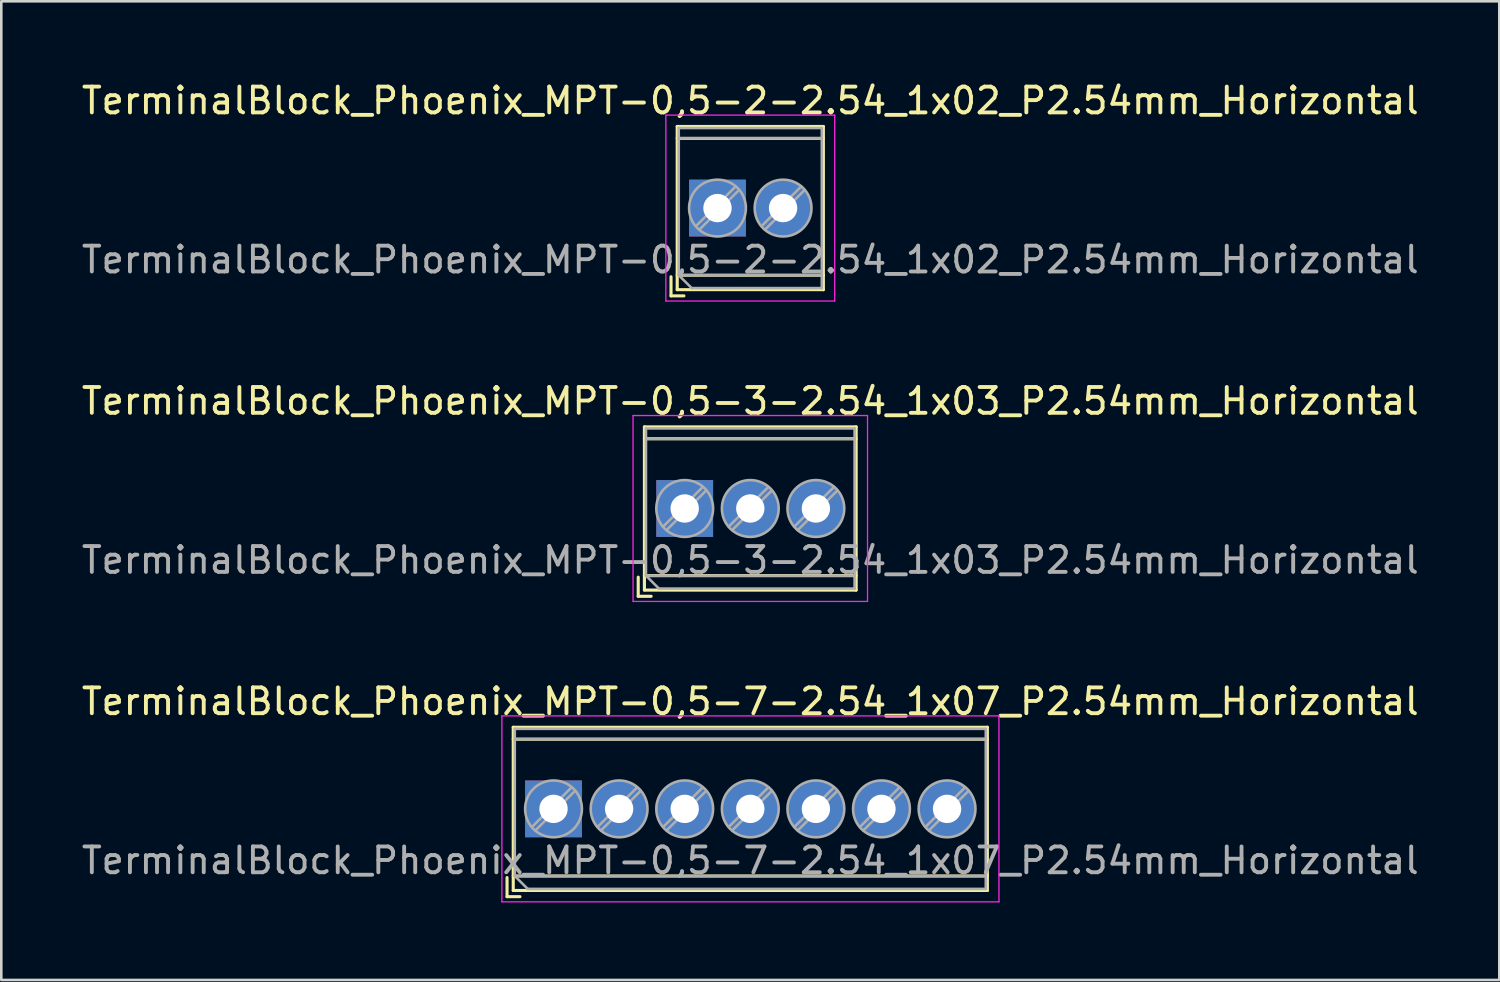
<source format=kicad_pcb>
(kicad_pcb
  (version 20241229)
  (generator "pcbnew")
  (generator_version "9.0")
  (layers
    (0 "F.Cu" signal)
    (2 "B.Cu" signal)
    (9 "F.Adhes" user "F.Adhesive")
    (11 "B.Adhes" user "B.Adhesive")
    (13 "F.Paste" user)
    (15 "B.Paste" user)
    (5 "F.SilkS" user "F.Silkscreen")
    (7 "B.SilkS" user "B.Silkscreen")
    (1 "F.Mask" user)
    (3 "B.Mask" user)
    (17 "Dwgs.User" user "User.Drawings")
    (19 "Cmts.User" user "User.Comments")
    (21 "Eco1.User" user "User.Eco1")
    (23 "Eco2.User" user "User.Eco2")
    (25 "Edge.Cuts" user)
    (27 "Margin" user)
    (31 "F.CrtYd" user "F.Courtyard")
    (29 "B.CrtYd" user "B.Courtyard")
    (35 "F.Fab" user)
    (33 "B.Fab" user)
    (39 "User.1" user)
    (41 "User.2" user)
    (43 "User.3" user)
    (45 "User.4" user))
  (footprint "TerminalBlock_Phoenix_MPT-0,5-3-2.54_1x03_P2.54mm_Horizontal"
    (layer "F.Cu")
    (at 23.466 16.642)
    (property "Reference" "TerminalBlock_Phoenix_MPT-0,5-3-2.54_1x03_P2.54mm_Horizontal" (at 2.54 -4.16 0) (layer "F.SilkS") (effects (font (size 1 1) (thickness 0.15))))
    (attr through_hole)
    (fp_line (start -1.8 2.66) (end -1.8 3.4) (stroke (width 0.12) (type solid)) (layer "F.SilkS"))
    (fp_line (start -1.8 3.4) (end -1.3 3.4) (stroke (width 0.12) (type solid)) (layer "F.SilkS"))
    (fp_line (start -1.56 -3.16) (end -1.56 3.16) (stroke (width 0.12) (type solid)) (layer "F.SilkS"))
    (fp_line (start -1.56 -3.16) (end 6.64 -3.16) (stroke (width 0.12) (type solid)) (layer "F.SilkS"))
    (fp_line (start -1.56 -2.7) (end 6.64 -2.7) (stroke (width 0.12) (type solid)) (layer "F.SilkS"))
    (fp_line (start -1.56 2.6) (end 6.64 2.6) (stroke (width 0.12) (type solid)) (layer "F.SilkS"))
    (fp_line (start -1.56 3.16) (end 6.64 3.16) (stroke (width 0.12) (type solid)) (layer "F.SilkS"))
    (fp_line (start 6.64 -3.16) (end 6.64 3.16) (stroke (width 0.12) (type solid)) (layer "F.SilkS"))
    (fp_line (start -2 -3.6) (end -2 3.6) (stroke (width 0.05) (type solid)) (layer "F.CrtYd"))
    (fp_line (start -2 3.6) (end 7.08 3.6) (stroke (width 0.05) (type solid)) (layer "F.CrtYd"))
    (fp_line (start 7.08 -3.6) (end -2 -3.6) (stroke (width 0.05) (type solid)) (layer "F.CrtYd"))
    (fp_line (start 7.08 3.6) (end 7.08 -3.6) (stroke (width 0.05) (type solid)) (layer "F.CrtYd"))
    (fp_line (start -1.5 -3.1) (end 6.58 -3.1) (stroke (width 0.1) (type solid)) (layer "F.Fab"))
    (fp_line (start -1.5 -2.7) (end 6.58 -2.7) (stroke (width 0.1) (type solid)) (layer "F.Fab"))
    (fp_line (start -1.5 2.6) (end -1.5 -3.1) (stroke (width 0.1) (type solid)) (layer "F.Fab"))
    (fp_line (start -1.5 2.6) (end 6.58 2.6) (stroke (width 0.1) (type solid)) (layer "F.Fab"))
    (fp_line (start -1 3.1) (end -1.5 2.6) (stroke (width 0.1) (type solid)) (layer "F.Fab"))
    (fp_line (start 0.701 -0.835) (end -0.835 0.7) (stroke (width 0.1) (type solid)) (layer "F.Fab"))
    (fp_line (start 0.835 -0.7) (end -0.701 0.835) (stroke (width 0.1) (type solid)) (layer "F.Fab"))
    (fp_line (start 3.241 -0.835) (end 1.706 0.7) (stroke (width 0.1) (type solid)) (layer "F.Fab"))
    (fp_line (start 3.375 -0.7) (end 1.84 0.835) (stroke (width 0.1) (type solid)) (layer "F.Fab"))
    (fp_line (start 5.781 -0.835) (end 4.246 0.7) (stroke (width 0.1) (type solid)) (layer "F.Fab"))
    (fp_line (start 5.915 -0.7) (end 4.38 0.835) (stroke (width 0.1) (type solid)) (layer "F.Fab"))
    (fp_line (start 6.58 -3.1) (end 6.58 3.1) (stroke (width 0.1) (type solid)) (layer "F.Fab"))
    (fp_line (start 6.58 3.1) (end -1 3.1) (stroke (width 0.1) (type solid)) (layer "F.Fab"))
    (fp_circle (center 0 0) (end 1.1 0) (stroke (width 0.1) (type solid)) (fill no) (layer "F.Fab"))
    (fp_circle (center 2.54 0) (end 3.64 0) (stroke (width 0.1) (type solid)) (fill no) (layer "F.Fab"))
    (fp_circle (center 5.08 0) (end 6.18 0) (stroke (width 0.1) (type solid)) (fill no) (layer "F.Fab"))
    (fp_text user "${REFERENCE}" (at 2.54 2 0) (layer "F.Fab") (effects (font (size 1 1) (thickness 0.15))))
    (pad "1" thru_hole rect (at 0 0) (size 2.2 2.2) (drill 1.1) (layers "*.Cu" "*.Mask"))
    (pad "2" thru_hole circle (at 2.54 0) (size 2.2 2.2) (drill 1.1) (layers "*.Cu" "*.Mask"))
    (pad "3" thru_hole circle (at 5.08 0) (size 2.2 2.2) (drill 1.1) (layers "*.Cu" "*.Mask")))
  (footprint "TerminalBlock_Phoenix_MPT-0,5-7-2.54_1x07_P2.54mm_Horizontal"
    (layer "F.Cu")
    (at 18.386 28.275)
    (property "Reference" "TerminalBlock_Phoenix_MPT-0,5-7-2.54_1x07_P2.54mm_Horizontal" (at 7.62 -4.16 0) (layer "F.SilkS") (effects (font (size 1 1) (thickness 0.15))))
    (attr through_hole)
    (fp_line (start -1.8 2.66) (end -1.8 3.4) (stroke (width 0.12) (type solid)) (layer "F.SilkS"))
    (fp_line (start -1.8 3.4) (end -1.3 3.4) (stroke (width 0.12) (type solid)) (layer "F.SilkS"))
    (fp_line (start -1.56 -3.16) (end -1.56 3.16) (stroke (width 0.12) (type solid)) (layer "F.SilkS"))
    (fp_line (start -1.56 -3.16) (end 16.801 -3.16) (stroke (width 0.12) (type solid)) (layer "F.SilkS"))
    (fp_line (start -1.56 -2.7) (end 16.801 -2.7) (stroke (width 0.12) (type solid)) (layer "F.SilkS"))
    (fp_line (start -1.56 2.6) (end 16.801 2.6) (stroke (width 0.12) (type solid)) (layer "F.SilkS"))
    (fp_line (start -1.56 3.16) (end 16.801 3.16) (stroke (width 0.12) (type solid)) (layer "F.SilkS"))
    (fp_line (start 16.801 -3.16) (end 16.801 3.16) (stroke (width 0.12) (type solid)) (layer "F.SilkS"))
    (fp_line (start -2 -3.6) (end -2 3.6) (stroke (width 0.05) (type solid)) (layer "F.CrtYd"))
    (fp_line (start -2 3.6) (end 17.25 3.6) (stroke (width 0.05) (type solid)) (layer "F.CrtYd"))
    (fp_line (start 17.25 -3.6) (end -2 -3.6) (stroke (width 0.05) (type solid)) (layer "F.CrtYd"))
    (fp_line (start 17.25 3.6) (end 17.25 -3.6) (stroke (width 0.05) (type solid)) (layer "F.CrtYd"))
    (fp_line (start -1.5 -3.1) (end 16.74 -3.1) (stroke (width 0.1) (type solid)) (layer "F.Fab"))
    (fp_line (start -1.5 -2.7) (end 16.74 -2.7) (stroke (width 0.1) (type solid)) (layer "F.Fab"))
    (fp_line (start -1.5 2.6) (end -1.5 -3.1) (stroke (width 0.1) (type solid)) (layer "F.Fab"))
    (fp_line (start -1.5 2.6) (end 16.74 2.6) (stroke (width 0.1) (type solid)) (layer "F.Fab"))
    (fp_line (start -1 3.1) (end -1.5 2.6) (stroke (width 0.1) (type solid)) (layer "F.Fab"))
    (fp_line (start 0.701 -0.835) (end -0.835 0.7) (stroke (width 0.1) (type solid)) (layer "F.Fab"))
    (fp_line (start 0.835 -0.7) (end -0.701 0.835) (stroke (width 0.1) (type solid)) (layer "F.Fab"))
    (fp_line (start 3.241 -0.835) (end 1.706 0.7) (stroke (width 0.1) (type solid)) (layer "F.Fab"))
    (fp_line (start 3.375 -0.7) (end 1.84 0.835) (stroke (width 0.1) (type solid)) (layer "F.Fab"))
    (fp_line (start 5.781 -0.835) (end 4.246 0.7) (stroke (width 0.1) (type solid)) (layer "F.Fab"))
    (fp_line (start 5.915 -0.7) (end 4.38 0.835) (stroke (width 0.1) (type solid)) (layer "F.Fab"))
    (fp_line (start 8.321 -0.835) (end 6.786 0.7) (stroke (width 0.1) (type solid)) (layer "F.Fab"))
    (fp_line (start 8.455 -0.7) (end 6.92 0.835) (stroke (width 0.1) (type solid)) (layer "F.Fab"))
    (fp_line (start 10.861 -0.835) (end 9.326 0.7) (stroke (width 0.1) (type solid)) (layer "F.Fab"))
    (fp_line (start 10.995 -0.7) (end 9.46 0.835) (stroke (width 0.1) (type solid)) (layer "F.Fab"))
    (fp_line (start 13.401 -0.835) (end 11.866 0.7) (stroke (width 0.1) (type solid)) (layer "F.Fab"))
    (fp_line (start 13.535 -0.7) (end 12 0.835) (stroke (width 0.1) (type solid)) (layer "F.Fab"))
    (fp_line (start 15.941 -0.835) (end 14.406 0.7) (stroke (width 0.1) (type solid)) (layer "F.Fab"))
    (fp_line (start 16.075 -0.7) (end 14.54 0.835) (stroke (width 0.1) (type solid)) (layer "F.Fab"))
    (fp_line (start 16.74 -3.1) (end 16.74 3.1) (stroke (width 0.1) (type solid)) (layer "F.Fab"))
    (fp_line (start 16.74 3.1) (end -1 3.1) (stroke (width 0.1) (type solid)) (layer "F.Fab"))
    (fp_circle (center 0 0) (end 1.1 0) (stroke (width 0.1) (type solid)) (fill no) (layer "F.Fab"))
    (fp_circle (center 2.54 0) (end 3.64 0) (stroke (width 0.1) (type solid)) (fill no) (layer "F.Fab"))
    (fp_circle (center 5.08 0) (end 6.18 0) (stroke (width 0.1) (type solid)) (fill no) (layer "F.Fab"))
    (fp_circle (center 7.62 0) (end 8.72 0) (stroke (width 0.1) (type solid)) (fill no) (layer "F.Fab"))
    (fp_circle (center 10.16 0) (end 11.26 0) (stroke (width 0.1) (type solid)) (fill no) (layer "F.Fab"))
    (fp_circle (center 12.7 0) (end 13.8 0) (stroke (width 0.1) (type solid)) (fill no) (layer "F.Fab"))
    (fp_circle (center 15.24 0) (end 16.34 0) (stroke (width 0.1) (type solid)) (fill no) (layer "F.Fab"))
    (fp_text user "${REFERENCE}" (at 7.62 2 0) (layer "F.Fab") (effects (font (size 1 1) (thickness 0.15))))
    (pad "1" thru_hole rect (at 0 0) (size 2.2 2.2) (drill 1.1) (layers "*.Cu" "*.Mask"))
    (pad "2" thru_hole circle (at 2.54 0) (size 2.2 2.2) (drill 1.1) (layers "*.Cu" "*.Mask"))
    (pad "3" thru_hole circle (at 5.08 0) (size 2.2 2.2) (drill 1.1) (layers "*.Cu" "*.Mask"))
    (pad "4" thru_hole circle (at 7.62 0) (size 2.2 2.2) (drill 1.1) (layers "*.Cu" "*.Mask"))
    (pad "5" thru_hole circle (at 10.16 0) (size 2.2 2.2) (drill 1.1) (layers "*.Cu" "*.Mask"))
    (pad "6" thru_hole circle (at 12.7 0) (size 2.2 2.2) (drill 1.1) (layers "*.Cu" "*.Mask"))
    (pad "7" thru_hole circle (at 15.24 0) (size 2.2 2.2) (drill 1.1) (layers "*.Cu" "*.Mask")))
  (footprint "TerminalBlock_Phoenix_MPT-0,5-2-2.54_1x02_P2.54mm_Horizontal"
    (layer "F.Cu")
    (at 24.736 5.008)
    (property "Reference" "TerminalBlock_Phoenix_MPT-0,5-2-2.54_1x02_P2.54mm_Horizontal" (at 1.27 -4.16 0) (layer "F.SilkS") (effects (font (size 1 1) (thickness 0.15))))
    (attr through_hole)
    (fp_line (start -1.8 2.66) (end -1.8 3.4) (stroke (width 0.12) (type solid)) (layer "F.SilkS"))
    (fp_line (start -1.8 3.4) (end -1.3 3.4) (stroke (width 0.12) (type solid)) (layer "F.SilkS"))
    (fp_line (start -1.56 -3.16) (end -1.56 3.16) (stroke (width 0.12) (type solid)) (layer "F.SilkS"))
    (fp_line (start -1.56 -3.16) (end 4.1 -3.16) (stroke (width 0.12) (type solid)) (layer "F.SilkS"))
    (fp_line (start -1.56 -2.7) (end 4.1 -2.7) (stroke (width 0.12) (type solid)) (layer "F.SilkS"))
    (fp_line (start -1.56 2.6) (end 4.1 2.6) (stroke (width 0.12) (type solid)) (layer "F.SilkS"))
    (fp_line (start -1.56 3.16) (end 4.1 3.16) (stroke (width 0.12) (type solid)) (layer "F.SilkS"))
    (fp_line (start 4.1 -3.16) (end 4.1 3.16) (stroke (width 0.12) (type solid)) (layer "F.SilkS"))
    (fp_line (start -2 -3.6) (end -2 3.6) (stroke (width 0.05) (type solid)) (layer "F.CrtYd"))
    (fp_line (start -2 3.6) (end 4.54 3.6) (stroke (width 0.05) (type solid)) (layer "F.CrtYd"))
    (fp_line (start 4.54 -3.6) (end -2 -3.6) (stroke (width 0.05) (type solid)) (layer "F.CrtYd"))
    (fp_line (start 4.54 3.6) (end 4.54 -3.6) (stroke (width 0.05) (type solid)) (layer "F.CrtYd"))
    (fp_line (start -1.5 -3.1) (end 4.04 -3.1) (stroke (width 0.1) (type solid)) (layer "F.Fab"))
    (fp_line (start -1.5 -2.7) (end 4.04 -2.7) (stroke (width 0.1) (type solid)) (layer "F.Fab"))
    (fp_line (start -1.5 2.6) (end -1.5 -3.1) (stroke (width 0.1) (type solid)) (layer "F.Fab"))
    (fp_line (start -1.5 2.6) (end 4.04 2.6) (stroke (width 0.1) (type solid)) (layer "F.Fab"))
    (fp_line (start -1 3.1) (end -1.5 2.6) (stroke (width 0.1) (type solid)) (layer "F.Fab"))
    (fp_line (start 0.701 -0.835) (end -0.835 0.7) (stroke (width 0.1) (type solid)) (layer "F.Fab"))
    (fp_line (start 0.835 -0.7) (end -0.701 0.835) (stroke (width 0.1) (type solid)) (layer "F.Fab"))
    (fp_line (start 3.241 -0.835) (end 1.706 0.7) (stroke (width 0.1) (type solid)) (layer "F.Fab"))
    (fp_line (start 3.375 -0.7) (end 1.84 0.835) (stroke (width 0.1) (type solid)) (layer "F.Fab"))
    (fp_line (start 4.04 -3.1) (end 4.04 3.1) (stroke (width 0.1) (type solid)) (layer "F.Fab"))
    (fp_line (start 4.04 3.1) (end -1 3.1) (stroke (width 0.1) (type solid)) (layer "F.Fab"))
    (fp_circle (center 0 0) (end 1.1 0) (stroke (width 0.1) (type solid)) (fill no) (layer "F.Fab"))
    (fp_circle (center 2.54 0) (end 3.64 0) (stroke (width 0.1) (type solid)) (fill no) (layer "F.Fab"))
    (fp_text user "${REFERENCE}" (at 1.27 2 0) (layer "F.Fab") (effects (font (size 1 1) (thickness 0.15))))
    (pad "1" thru_hole rect (at 0 0) (size 2.2 2.2) (drill 1.1) (layers "*.Cu" "*.Mask"))
    (pad "2" thru_hole circle (at 2.54 0) (size 2.2 2.2) (drill 1.1) (layers "*.Cu" "*.Mask")))
  (gr_rect
    (start -3 -3)
    (end 55.012 34.9)
    (stroke (width 0.1) (type default))
    (fill no)
    (layer "Edge.Cuts")))
</source>
